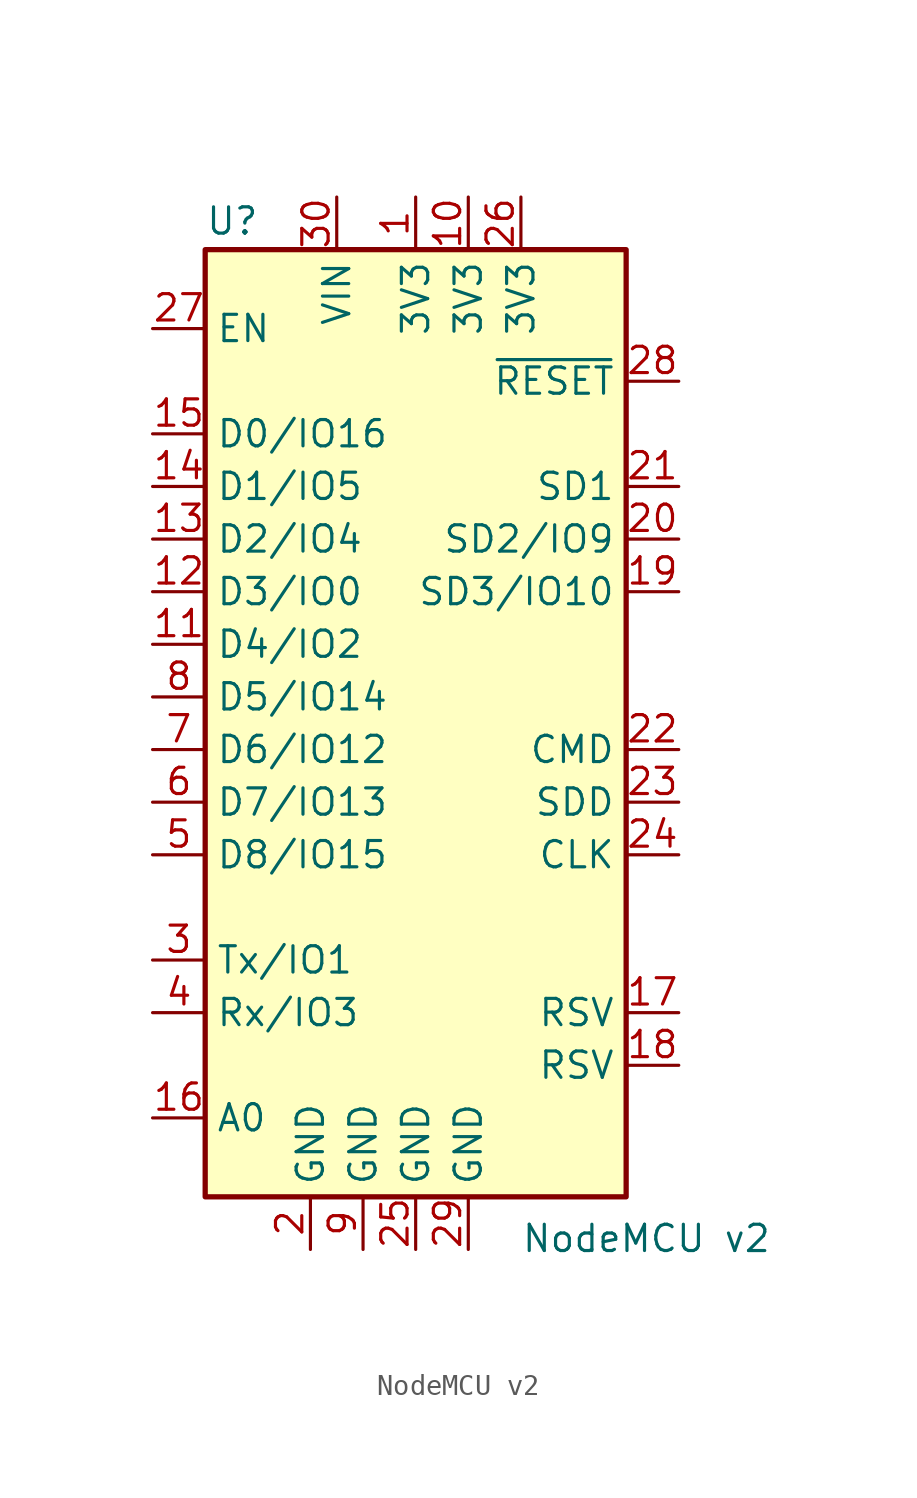
<source format=kicad_sym>
(kicad_symbol_lib
  (version 20220914)
  (generator kicad_symbol_editor)
  (symbol "NodeMCU v2"
    (property "Reference" "U"
      (at -10.16 23.495 0)
      (effects (font (size 1.27 1.27)) (justify left bottom)))
    (property "Value" "NodeMCU v2"
      (at 5.08 -24.13 0)
      (effects (font (size 1.27 1.27)) (justify left top)))
    (symbol "NodeMCU v2_0_1"
      (rectangle (start -10.16 22.86) (end 10.16 -22.86) (stroke (width 0.254) (type default)) (fill (type background))))
    (symbol "NodeMCU v2_1_1"
      (pin power_out line (at 0 25.4 270) (length 2.54) (name "3V3" (effects (font (size 1.27 1.27)))) (number "1" (effects (font (size 1.27 1.27)))))
      (pin power_out line (at 2.54 25.4 270) (length 2.54) (name "3V3" (effects (font (size 1.27 1.27)))) (number "10" (effects (font (size 1.27 1.27)))))
      (pin bidirectional line (at -12.7 3.81 0) (length 2.54) (name "D4/IO2" (effects (font (size 1.27 1.27)))) (number "11" (effects (font (size 1.27 1.27)))))
      (pin bidirectional line (at -12.7 6.35 0) (length 2.54) (name "D3/IO0" (effects (font (size 1.27 1.27)))) (number "12" (effects (font (size 1.27 1.27)))))
      (pin bidirectional line (at -12.7 8.89 0) (length 2.54) (name "D2/IO4" (effects (font (size 1.27 1.27)))) (number "13" (effects (font (size 1.27 1.27)))))
      (pin bidirectional line (at -12.7 11.43 0) (length 2.54) (name "D1/IO5" (effects (font (size 1.27 1.27)))) (number "14" (effects (font (size 1.27 1.27)))))
      (pin bidirectional line (at -12.7 13.97 0) (length 2.54) (name "D0/IO16" (effects (font (size 1.27 1.27)))) (number "15" (effects (font (size 1.27 1.27)))))
      (pin input line (at -12.7 -19.05 0) (length 2.54) (name "A0" (effects (font (size 1.27 1.27)))) (number "16" (effects (font (size 1.27 1.27)))))
      (pin free line (at 12.7 -13.97 180) (length 2.54) (name "RSV" (effects (font (size 1.27 1.27)))) (number "17" (effects (font (size 1.27 1.27)))))
      (pin free line (at 12.7 -16.51 180) (length 2.54) (name "RSV" (effects (font (size 1.27 1.27)))) (number "18" (effects (font (size 1.27 1.27)))))
      (pin bidirectional line (at 12.7 6.35 180) (length 2.54) (name "SD3/IO10" (effects (font (size 1.27 1.27)))) (number "19" (effects (font (size 1.27 1.27)))))
      (pin power_in line (at -5.08 -25.4 90) (length 2.54) (name "GND" (effects (font (size 1.27 1.27)))) (number "2" (effects (font (size 1.27 1.27)))))
      (pin bidirectional line (at 12.7 8.89 180) (length 2.54) (name "SD2/IO9" (effects (font (size 1.27 1.27)))) (number "20" (effects (font (size 1.27 1.27)))))
      (pin bidirectional line (at 12.7 11.43 180) (length 2.54) (name "SD1" (effects (font (size 1.27 1.27)))) (number "21" (effects (font (size 1.27 1.27)))))
      (pin bidirectional line (at 12.7 -1.27 180) (length 2.54) (name "CMD" (effects (font (size 1.27 1.27)))) (number "22" (effects (font (size 1.27 1.27)))))
      (pin bidirectional line (at 12.7 -3.81 180) (length 2.54) (name "SDD" (effects (font (size 1.27 1.27)))) (number "23" (effects (font (size 1.27 1.27)))))
      (pin bidirectional line (at 12.7 -6.35 180) (length 2.54) (name "CLK" (effects (font (size 1.27 1.27)))) (number "24" (effects (font (size 1.27 1.27)))))
      (pin power_in line (at 0 -25.4 90) (length 2.54) (name "GND" (effects (font (size 1.27 1.27)))) (number "25" (effects (font (size 1.27 1.27)))))
      (pin power_out line (at 5.08 25.4 270) (length 2.54) (name "3V3" (effects (font (size 1.27 1.27)))) (number "26" (effects (font (size 1.27 1.27)))))
      (pin input line (at -12.7 19.05 0) (length 2.54) (name "EN" (effects (font (size 1.27 1.27)))) (number "27" (effects (font (size 1.27 1.27)))))
      (pin input line (at 12.7 16.51 180) (length 2.54) (name "~{RESET}" (effects (font (size 1.27 1.27)))) (number "28" (effects (font (size 1.27 1.27)))))
      (pin power_in line (at 2.54 -25.4 90) (length 2.54) (name "GND" (effects (font (size 1.27 1.27)))) (number "29" (effects (font (size 1.27 1.27)))))
      (pin bidirectional line (at -12.7 -11.43 0) (length 2.54) (name "Tx/IO1" (effects (font (size 1.27 1.27)))) (number "3" (effects (font (size 1.27 1.27)))))
      (pin power_in line (at -3.81 25.4 270) (length 2.54) (name "VIN" (effects (font (size 1.27 1.27)))) (number "30" (effects (font (size 1.27 1.27)))))
      (pin bidirectional line (at -12.7 -13.97 0) (length 2.54) (name "Rx/IO3" (effects (font (size 1.27 1.27)))) (number "4" (effects (font (size 1.27 1.27)))))
      (pin bidirectional line (at -12.7 -6.35 0) (length 2.54) (name "D8/IO15" (effects (font (size 1.27 1.27)))) (number "5" (effects (font (size 1.27 1.27)))))
      (pin bidirectional line (at -12.7 -3.81 0) (length 2.54) (name "D7/IO13" (effects (font (size 1.27 1.27)))) (number "6" (effects (font (size 1.27 1.27)))))
      (pin bidirectional line (at -12.7 -1.27 0) (length 2.54) (name "D6/IO12" (effects (font (size 1.27 1.27)))) (number "7" (effects (font (size 1.27 1.27)))))
      (pin bidirectional line (at -12.7 1.27 0) (length 2.54) (name "D5/IO14" (effects (font (size 1.27 1.27)))) (number "8" (effects (font (size 1.27 1.27)))))
      (pin power_in line (at -2.54 -25.4 90) (length 2.54) (name "GND" (effects (font (size 1.27 1.27)))) (number "9" (effects (font (size 1.27 1.27))))))))
</source>
